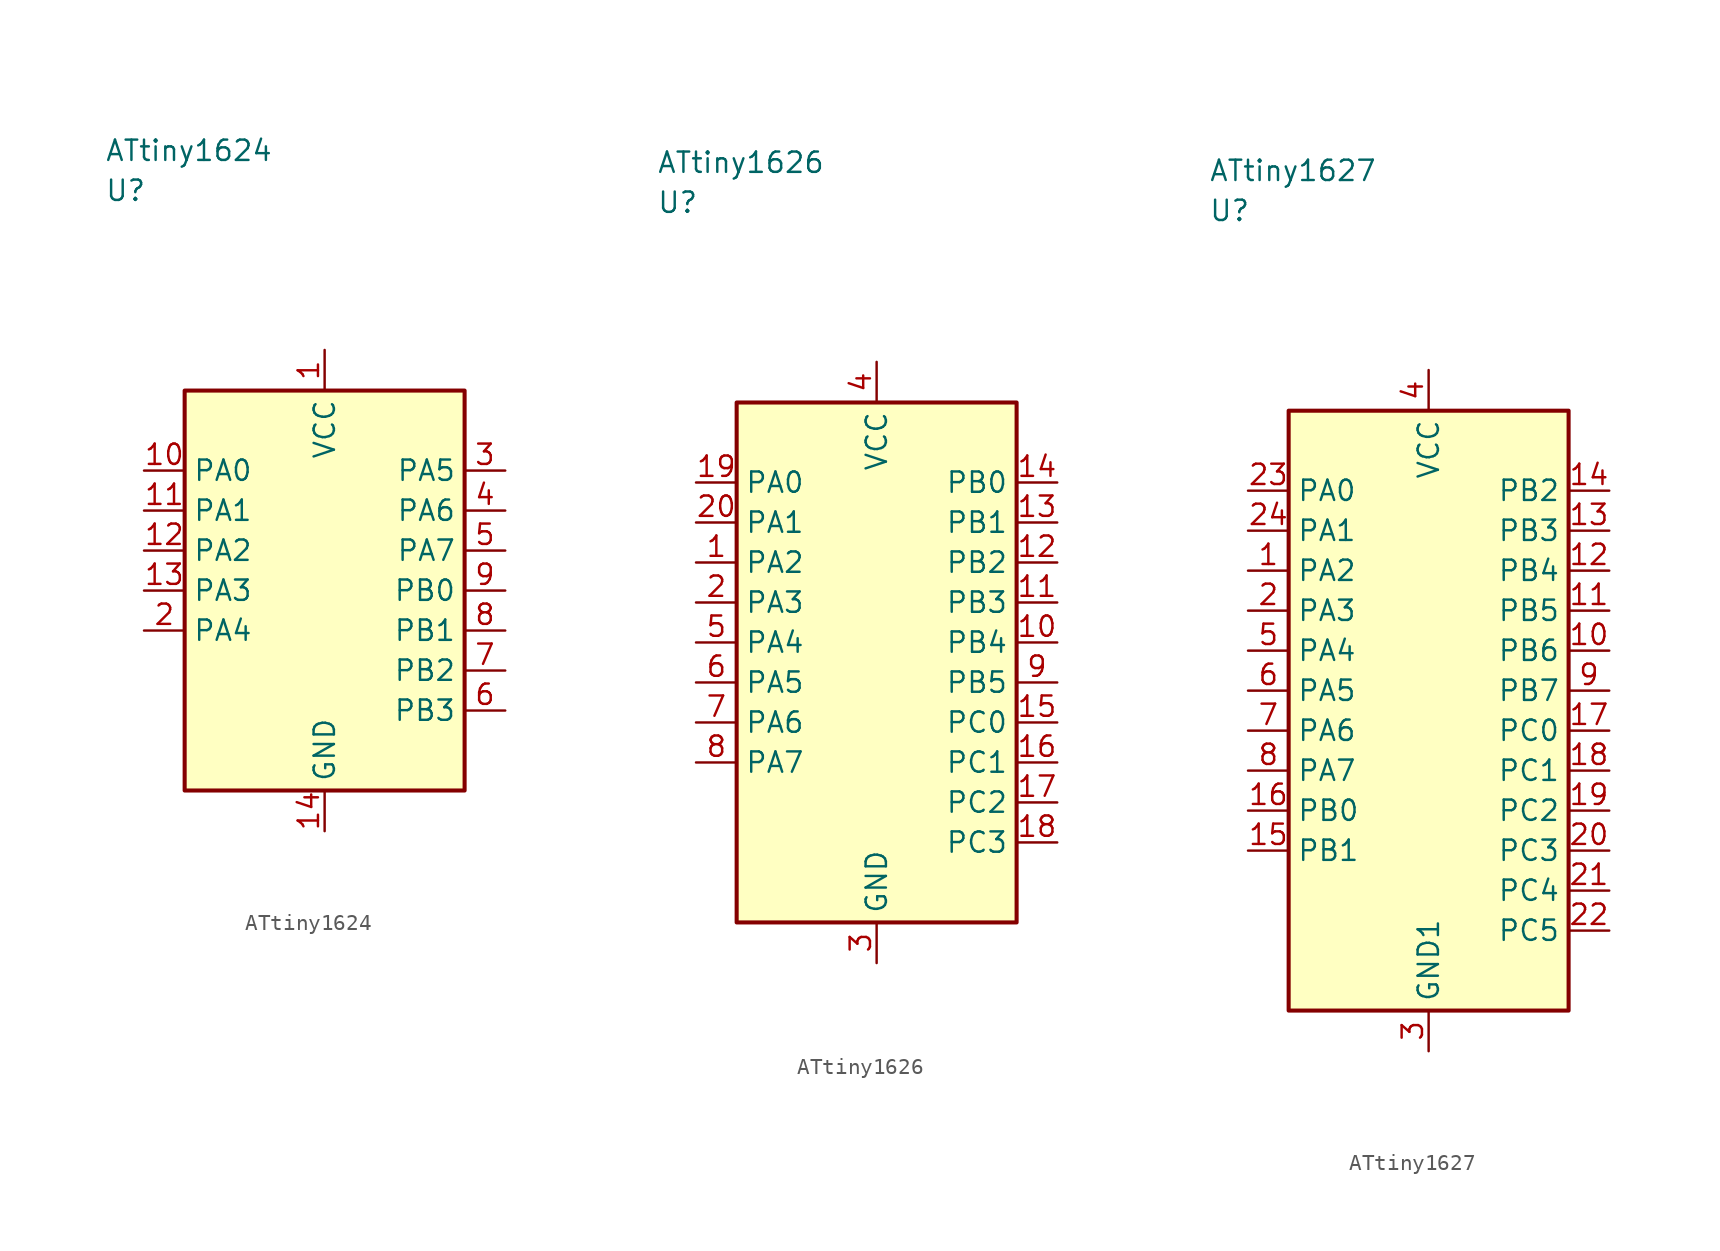
<source format=kicad_sym>
(kicad_symbol_lib
  (version 20241025)
  (generator "kicad_symbol_editor")
  (generator_version "8.0")
  (symbol "ATtiny1624"
    (property "Reference" "U"
      (at -13.75 25.0 0)
      (effects (font (size 1.27 1.27)) (justify left)))
    (property "Value" "ATtiny1624"
      (at -13.75 27.5 0)
      (effects (font (size 1.27 1.27)) (justify left)))
    (symbol "ATtiny1624_0_1"
      (rectangle (start -8.75 12.5) (end 8.75 -12.5) (stroke (width 0.254) (type default)) (fill (type background))))
    (symbol "ATtiny1624_1_1"
      (pin power_in line (at 0.0 15.04 270.0) (length 2.54) (name "VCC" (effects (font (size 1.27 1.27)))) (number "1" (effects (font (size 1.27 1.27)))))
      (pin bidirectional line (at -11.29 -2.5 0.0) (length 2.54) (name "PA4" (effects (font (size 1.27 1.27)))) (number "2" (effects (font (size 1.27 1.27)))))
      (pin bidirectional line (at 11.29 7.5 180.0) (length 2.54) (name "PA5" (effects (font (size 1.27 1.27)))) (number "3" (effects (font (size 1.27 1.27)))))
      (pin bidirectional line (at 11.29 5.0 180.0) (length 2.54) (name "PA6" (effects (font (size 1.27 1.27)))) (number "4" (effects (font (size 1.27 1.27)))))
      (pin bidirectional line (at 11.29 2.5 180.0) (length 2.54) (name "PA7" (effects (font (size 1.27 1.27)))) (number "5" (effects (font (size 1.27 1.27)))))
      (pin bidirectional line (at 11.29 -7.5 180.0) (length 2.54) (name "PB3" (effects (font (size 1.27 1.27)))) (number "6" (effects (font (size 1.27 1.27)))))
      (pin bidirectional line (at 11.29 -5.0 180.0) (length 2.54) (name "PB2" (effects (font (size 1.27 1.27)))) (number "7" (effects (font (size 1.27 1.27)))))
      (pin bidirectional line (at 11.29 -2.5 180.0) (length 2.54) (name "PB1" (effects (font (size 1.27 1.27)))) (number "8" (effects (font (size 1.27 1.27)))))
      (pin bidirectional line (at 11.29 0.0 180.0) (length 2.54) (name "PB0" (effects (font (size 1.27 1.27)))) (number "9" (effects (font (size 1.27 1.27)))))
      (pin bidirectional line (at -11.29 7.5 0.0) (length 2.54) (name "PA0" (effects (font (size 1.27 1.27)))) (number "10" (effects (font (size 1.27 1.27)))))
      (pin bidirectional line (at -11.29 5.0 0.0) (length 2.54) (name "PA1" (effects (font (size 1.27 1.27)))) (number "11" (effects (font (size 1.27 1.27)))))
      (pin bidirectional line (at -11.29 2.5 0.0) (length 2.54) (name "PA2" (effects (font (size 1.27 1.27)))) (number "12" (effects (font (size 1.27 1.27)))))
      (pin bidirectional line (at -11.29 0.0 0.0) (length 2.54) (name "PA3" (effects (font (size 1.27 1.27)))) (number "13" (effects (font (size 1.27 1.27)))))
      (pin passive line (at 0.0 -15.04 90.0) (length 2.54) (name "GND" (effects (font (size 1.27 1.27)))) (number "14" (effects (font (size 1.27 1.27)))))))
  (symbol "ATtiny1626"
    (property "Reference" "U"
      (at -13.75 28.75 0)
      (effects (font (size 1.27 1.27)) (justify left)))
    (property "Value" "ATtiny1626"
      (at -13.75 31.25 0)
      (effects (font (size 1.27 1.27)) (justify left)))
    (symbol "ATtiny1626_0_1"
      (rectangle (start -8.75 16.25) (end 8.75 -16.25) (stroke (width 0.254) (type default)) (fill (type background))))
    (symbol "ATtiny1626_1_1"
      (pin bidirectional line (at -11.29 6.25 0.0) (length 2.54) (name "PA2" (effects (font (size 1.27 1.27)))) (number "1" (effects (font (size 1.27 1.27)))))
      (pin bidirectional line (at -11.29 3.75 0.0) (length 2.54) (name "PA3" (effects (font (size 1.27 1.27)))) (number "2" (effects (font (size 1.27 1.27)))))
      (pin passive line (at 0.0 -18.79 90.0) (length 2.54) (name "GND" (effects (font (size 1.27 1.27)))) (number "3" (effects (font (size 1.27 1.27)))))
      (pin power_in line (at 0.0 18.79 270.0) (length 2.54) (name "VCC" (effects (font (size 1.27 1.27)))) (number "4" (effects (font (size 1.27 1.27)))))
      (pin bidirectional line (at -11.29 1.25 0.0) (length 2.54) (name "PA4" (effects (font (size 1.27 1.27)))) (number "5" (effects (font (size 1.27 1.27)))))
      (pin bidirectional line (at -11.29 -1.25 0.0) (length 2.54) (name "PA5" (effects (font (size 1.27 1.27)))) (number "6" (effects (font (size 1.27 1.27)))))
      (pin bidirectional line (at -11.29 -3.75 0.0) (length 2.54) (name "PA6" (effects (font (size 1.27 1.27)))) (number "7" (effects (font (size 1.27 1.27)))))
      (pin bidirectional line (at -11.29 -6.25 0.0) (length 2.54) (name "PA7" (effects (font (size 1.27 1.27)))) (number "8" (effects (font (size 1.27 1.27)))))
      (pin bidirectional line (at 11.29 -1.25 180.0) (length 2.54) (name "PB5" (effects (font (size 1.27 1.27)))) (number "9" (effects (font (size 1.27 1.27)))))
      (pin bidirectional line (at 11.29 1.25 180.0) (length 2.54) (name "PB4" (effects (font (size 1.27 1.27)))) (number "10" (effects (font (size 1.27 1.27)))))
      (pin bidirectional line (at 11.29 3.75 180.0) (length 2.54) (name "PB3" (effects (font (size 1.27 1.27)))) (number "11" (effects (font (size 1.27 1.27)))))
      (pin bidirectional line (at 11.29 6.25 180.0) (length 2.54) (name "PB2" (effects (font (size 1.27 1.27)))) (number "12" (effects (font (size 1.27 1.27)))))
      (pin bidirectional line (at 11.29 8.75 180.0) (length 2.54) (name "PB1" (effects (font (size 1.27 1.27)))) (number "13" (effects (font (size 1.27 1.27)))))
      (pin bidirectional line (at 11.29 11.25 180.0) (length 2.54) (name "PB0" (effects (font (size 1.27 1.27)))) (number "14" (effects (font (size 1.27 1.27)))))
      (pin bidirectional line (at 11.29 -3.75 180.0) (length 2.54) (name "PC0" (effects (font (size 1.27 1.27)))) (number "15" (effects (font (size 1.27 1.27)))))
      (pin bidirectional line (at 11.29 -6.25 180.0) (length 2.54) (name "PC1" (effects (font (size 1.27 1.27)))) (number "16" (effects (font (size 1.27 1.27)))))
      (pin bidirectional line (at 11.29 -8.75 180.0) (length 2.54) (name "PC2" (effects (font (size 1.27 1.27)))) (number "17" (effects (font (size 1.27 1.27)))))
      (pin bidirectional line (at 11.29 -11.25 180.0) (length 2.54) (name "PC3" (effects (font (size 1.27 1.27)))) (number "18" (effects (font (size 1.27 1.27)))))
      (pin bidirectional line (at -11.29 11.25 0.0) (length 2.54) (name "PA0" (effects (font (size 1.27 1.27)))) (number "19" (effects (font (size 1.27 1.27)))))
      (pin bidirectional line (at -11.29 8.75 0.0) (length 2.54) (name "PA1" (effects (font (size 1.27 1.27)))) (number "20" (effects (font (size 1.27 1.27)))))))
  (symbol "ATtiny1627"
    (property "Reference" "U"
      (at -13.75 31.25 0)
      (effects (font (size 1.27 1.27)) (justify left)))
    (property "Value" "ATtiny1627"
      (at -13.75 33.75 0)
      (effects (font (size 1.27 1.27)) (justify left)))
    (symbol "ATtiny1627_0_1"
      (rectangle (start -8.75 18.75) (end 8.75 -18.75) (stroke (width 0.254) (type default)) (fill (type background))))
    (symbol "ATtiny1627_1_1"
      (pin bidirectional line (at -11.29 8.75 0.0) (length 2.54) (name "PA2" (effects (font (size 1.27 1.27)))) (number "1" (effects (font (size 1.27 1.27)))))
      (pin bidirectional line (at -11.29 6.25 0.0) (length 2.54) (name "PA3" (effects (font (size 1.27 1.27)))) (number "2" (effects (font (size 1.27 1.27)))))
      (pin passive line (at 0.0 -21.29 90.0) (length 2.54) (name "GND1" (effects (font (size 1.27 1.27)))) (number "3" (effects (font (size 1.27 1.27)))))
      (pin power_in line (at 0.0 21.29 270.0) (length 2.54) (name "VCC" (effects (font (size 1.27 1.27)))) (number "4" (effects (font (size 1.27 1.27)))))
      (pin bidirectional line (at -11.29 3.75 0.0) (length 2.54) (name "PA4" (effects (font (size 1.27 1.27)))) (number "5" (effects (font (size 1.27 1.27)))))
      (pin bidirectional line (at -11.29 1.25 0.0) (length 2.54) (name "PA5" (effects (font (size 1.27 1.27)))) (number "6" (effects (font (size 1.27 1.27)))))
      (pin bidirectional line (at -11.29 -1.25 0.0) (length 2.54) (name "PA6" (effects (font (size 1.27 1.27)))) (number "7" (effects (font (size 1.27 1.27)))))
      (pin bidirectional line (at -11.29 -3.75 0.0) (length 2.54) (name "PA7" (effects (font (size 1.27 1.27)))) (number "8" (effects (font (size 1.27 1.27)))))
      (pin bidirectional line (at 11.29 1.25 180.0) (length 2.54) (name "PB7" (effects (font (size 1.27 1.27)))) (number "9" (effects (font (size 1.27 1.27)))))
      (pin bidirectional line (at 11.29 3.75 180.0) (length 2.54) (name "PB6" (effects (font (size 1.27 1.27)))) (number "10" (effects (font (size 1.27 1.27)))))
      (pin bidirectional line (at 11.29 6.25 180.0) (length 2.54) (name "PB5" (effects (font (size 1.27 1.27)))) (number "11" (effects (font (size 1.27 1.27)))))
      (pin bidirectional line (at 11.29 8.75 180.0) (length 2.54) (name "PB4" (effects (font (size 1.27 1.27)))) (number "12" (effects (font (size 1.27 1.27)))))
      (pin bidirectional line (at 11.29 11.25 180.0) (length 2.54) (name "PB3" (effects (font (size 1.27 1.27)))) (number "13" (effects (font (size 1.27 1.27)))))
      (pin bidirectional line (at 11.29 13.75 180.0) (length 2.54) (name "PB2" (effects (font (size 1.27 1.27)))) (number "14" (effects (font (size 1.27 1.27)))))
      (pin bidirectional line (at -11.29 -8.75 0.0) (length 2.54) (name "PB1" (effects (font (size 1.27 1.27)))) (number "15" (effects (font (size 1.27 1.27)))))
      (pin bidirectional line (at -11.29 -6.25 0.0) (length 2.54) (name "PB0" (effects (font (size 1.27 1.27)))) (number "16" (effects (font (size 1.27 1.27)))))
      (pin bidirectional line (at 11.29 -1.25 180.0) (length 2.54) (name "PC0" (effects (font (size 1.27 1.27)))) (number "17" (effects (font (size 1.27 1.27)))))
      (pin bidirectional line (at 11.29 -3.75 180.0) (length 2.54) (name "PC1" (effects (font (size 1.27 1.27)))) (number "18" (effects (font (size 1.27 1.27)))))
      (pin bidirectional line (at 11.29 -6.25 180.0) (length 2.54) (name "PC2" (effects (font (size 1.27 1.27)))) (number "19" (effects (font (size 1.27 1.27)))))
      (pin bidirectional line (at 11.29 -8.75 180.0) (length 2.54) (name "PC3" (effects (font (size 1.27 1.27)))) (number "20" (effects (font (size 1.27 1.27)))))
      (pin bidirectional line (at 11.29 -11.25 180.0) (length 2.54) (name "PC4" (effects (font (size 1.27 1.27)))) (number "21" (effects (font (size 1.27 1.27)))))
      (pin bidirectional line (at 11.29 -13.75 180.0) (length 2.54) (name "PC5" (effects (font (size 1.27 1.27)))) (number "22" (effects (font (size 1.27 1.27)))))
      (pin bidirectional line (at -11.29 13.75 0.0) (length 2.54) (name "PA0" (effects (font (size 1.27 1.27)))) (number "23" (effects (font (size 1.27 1.27)))))
      (pin bidirectional line (at -11.29 11.25 0.0) (length 2.54) (name "PA1" (effects (font (size 1.27 1.27)))) (number "24" (effects (font (size 1.27 1.27))))))))
</source>
